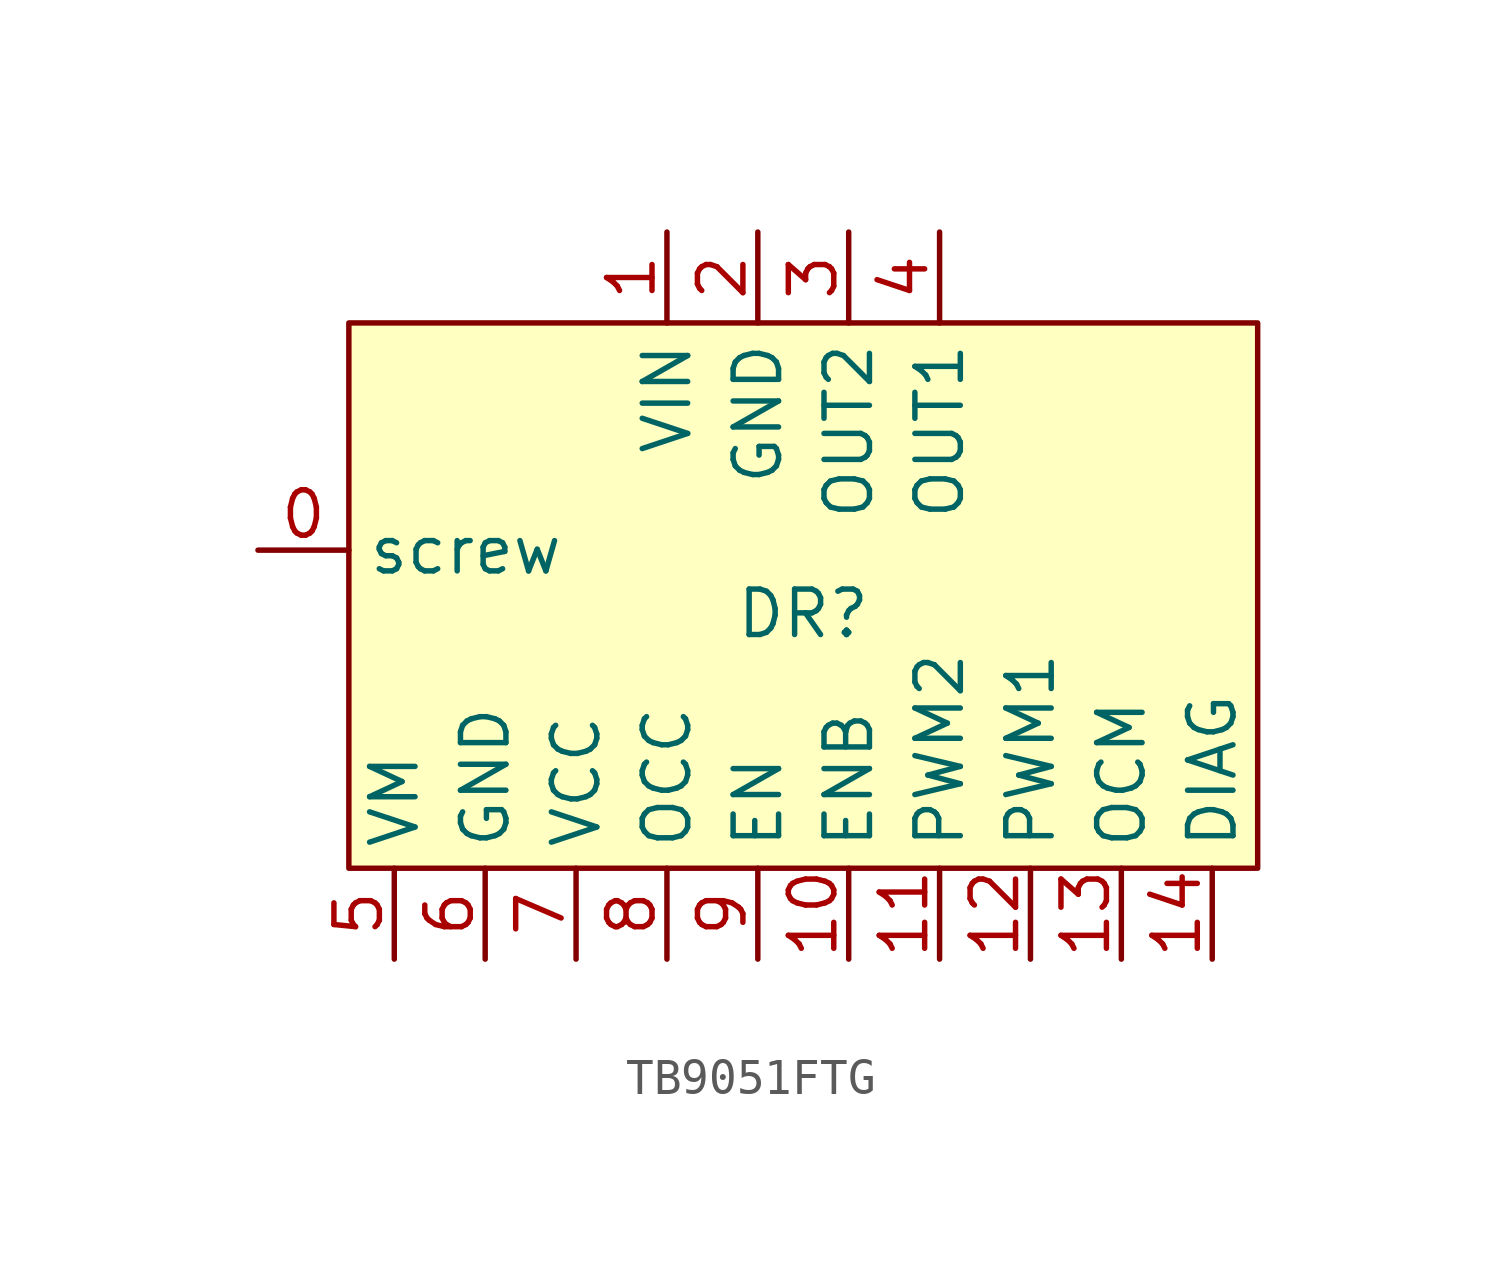
<source format=kicad_sym>
(kicad_symbol_lib
  (version 20241209)
  (generator "kicad_symbol_editor")
  (generator_version "9.0")
  (symbol "TB9051FTG"
    (property "Reference" "DR"
      (at 0 0.762 0)
      (effects (font (size 1.27 1.27))))
    (property "Value" ""
      (at 0 0 0)
      (effects (font (size 1.27 1.27))))
    (symbol "TB9051FTG_1_1"
      (rectangle (start -12.7 8.89) (end 12.7 -6.35) (stroke (width 0) (type solid)) (fill (type background)))
      (pin unspecified line (at -15.24 2.54 0) (length 2.54) (name "screw" (effects (font (size 1.27 1.27)))) (number "0" (effects (font (size 1.27 1.27)))))
      (pin unspecified line (at -11.43 -8.89 90) (length 2.54) (name "VM" (effects (font (size 1.27 1.27)))) (number "5" (effects (font (size 1.27 1.27)))))
      (pin unspecified line (at -8.89 -8.89 90) (length 2.54) (name "GND" (effects (font (size 1.27 1.27)))) (number "6" (effects (font (size 1.27 1.27)))))
      (pin unspecified line (at -6.35 -8.89 90) (length 2.54) (name "VCC" (effects (font (size 1.27 1.27)))) (number "7" (effects (font (size 1.27 1.27)))))
      (pin power_in line (at -3.81 11.43 270) (length 2.54) (name "VIN" (effects (font (size 1.27 1.27)))) (number "1" (effects (font (size 1.27 1.27)))))
      (pin unspecified line (at -3.81 -8.89 90) (length 2.54) (name "OCC" (effects (font (size 1.27 1.27)))) (number "8" (effects (font (size 1.27 1.27)))))
      (pin power_in line (at -1.27 11.43 270) (length 2.54) (name "GND" (effects (font (size 1.27 1.27)))) (number "2" (effects (font (size 1.27 1.27)))))
      (pin unspecified line (at -1.27 -8.89 90) (length 2.54) (name "EN" (effects (font (size 1.27 1.27)))) (number "9" (effects (font (size 1.27 1.27)))))
      (pin power_out line (at 1.27 11.43 270) (length 2.54) (name "OUT2" (effects (font (size 1.27 1.27)))) (number "3" (effects (font (size 1.27 1.27)))))
      (pin unspecified line (at 1.27 -8.89 90) (length 2.54) (name "ENB" (effects (font (size 1.27 1.27)))) (number "10" (effects (font (size 1.27 1.27)))))
      (pin power_out line (at 3.81 11.43 270) (length 2.54) (name "OUT1" (effects (font (size 1.27 1.27)))) (number "4" (effects (font (size 1.27 1.27)))))
      (pin unspecified line (at 3.81 -8.89 90) (length 2.54) (name "PWM2" (effects (font (size 1.27 1.27)))) (number "11" (effects (font (size 1.27 1.27)))))
      (pin unspecified line (at 6.35 -8.89 90) (length 2.54) (name "PWM1" (effects (font (size 1.27 1.27)))) (number "12" (effects (font (size 1.27 1.27)))))
      (pin unspecified line (at 8.89 -8.89 90) (length 2.54) (name "OCM" (effects (font (size 1.27 1.27)))) (number "13" (effects (font (size 1.27 1.27)))))
      (pin unspecified line (at 11.43 -8.89 90) (length 2.54) (name "DIAG" (effects (font (size 1.27 1.27)))) (number "14" (effects (font (size 1.27 1.27))))))))
</source>
